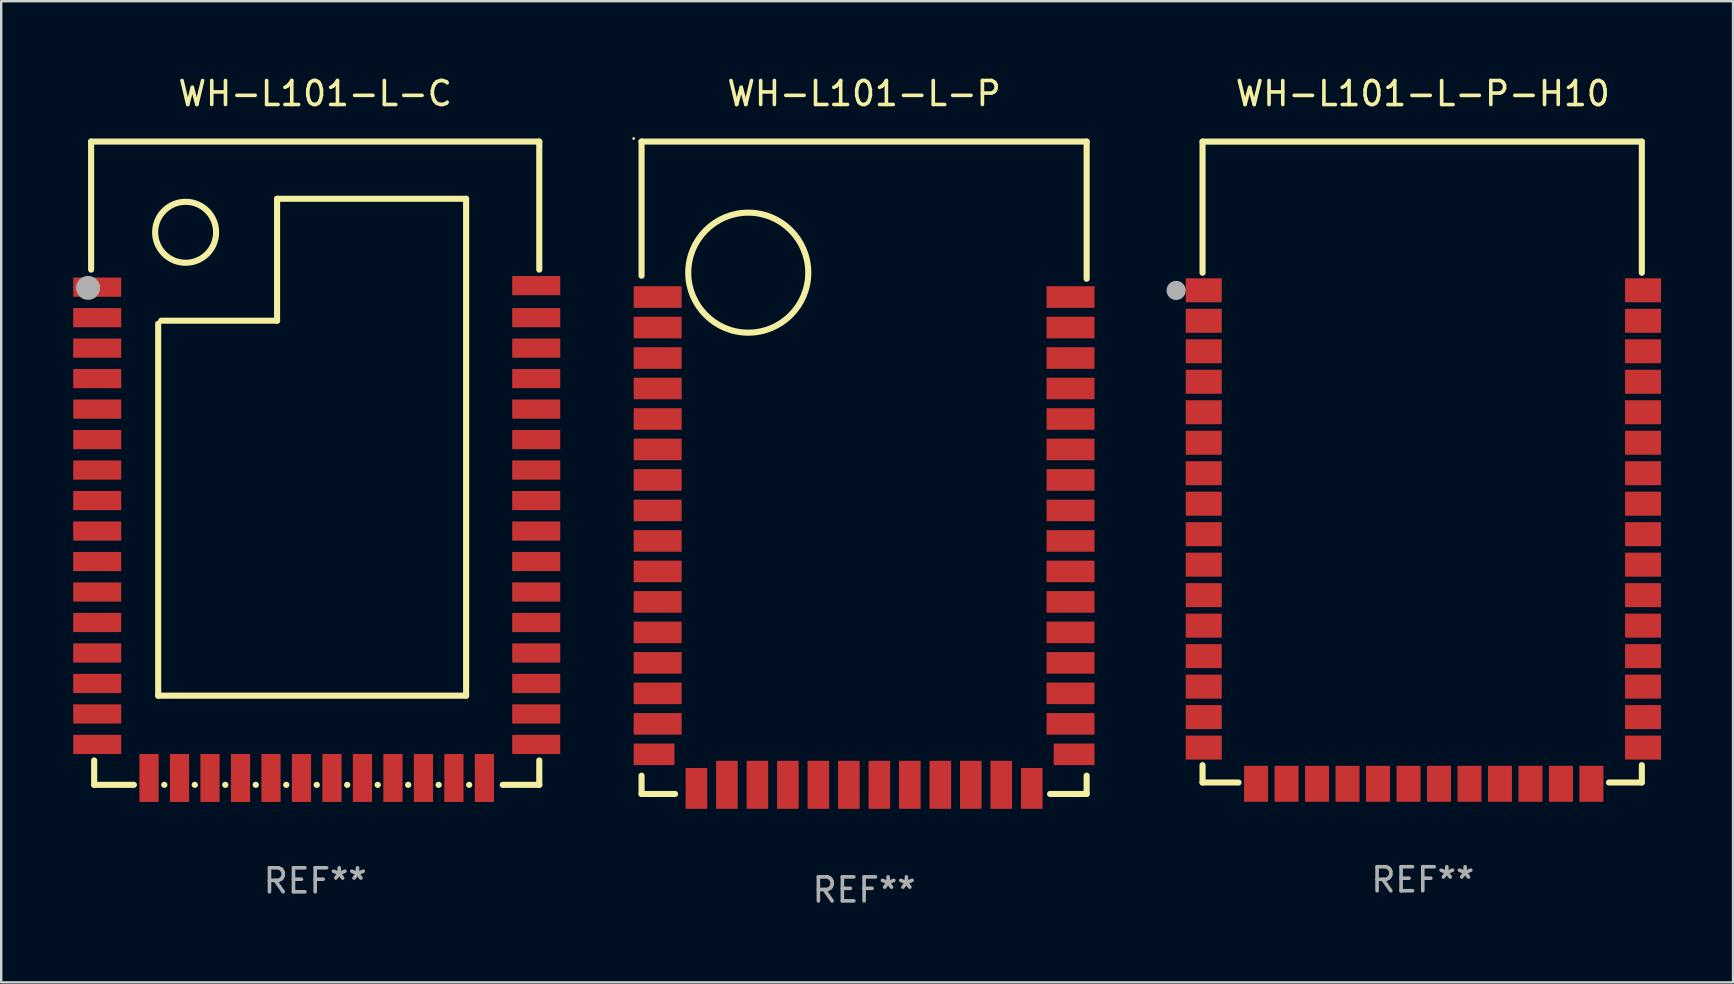
<source format=kicad_pcb>
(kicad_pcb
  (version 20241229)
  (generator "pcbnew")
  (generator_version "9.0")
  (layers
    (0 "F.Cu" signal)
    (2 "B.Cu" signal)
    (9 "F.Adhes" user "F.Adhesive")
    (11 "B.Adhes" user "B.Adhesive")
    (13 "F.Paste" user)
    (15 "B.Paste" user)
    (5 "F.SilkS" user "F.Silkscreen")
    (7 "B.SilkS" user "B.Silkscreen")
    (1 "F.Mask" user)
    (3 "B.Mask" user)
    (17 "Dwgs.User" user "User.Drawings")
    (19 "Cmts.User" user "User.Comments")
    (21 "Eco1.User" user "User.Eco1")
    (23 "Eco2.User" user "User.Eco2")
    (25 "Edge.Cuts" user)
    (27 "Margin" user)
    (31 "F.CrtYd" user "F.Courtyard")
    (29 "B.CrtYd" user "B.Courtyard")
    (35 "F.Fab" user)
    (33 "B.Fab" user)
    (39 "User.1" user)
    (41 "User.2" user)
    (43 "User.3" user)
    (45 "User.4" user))
  (footprint "WH-L101-L-P"
    (layer "F.Cu")
    (at 32.948 16.437)
    (property "Reference" "WH-L101-L-P" (at 0 -15.589 0) (layer "F.SilkS") (effects (font (size 1 1) (thickness 0.15))))
    (attr through_hole)
    (fp_line (start -9.271 -13.589) (end -9.271 -8.001) (stroke (width 0.254) (type solid)) (layer "F.SilkS"))
    (fp_line (start -9.271 -13.589) (end 9.271 -13.589) (stroke (width 0.254) (type solid)) (layer "F.SilkS"))
    (fp_line (start -9.271 12.827) (end -9.271 13.589) (stroke (width 0.254) (type solid)) (layer "F.SilkS"))
    (fp_line (start -9.271 13.589) (end -7.874 13.589) (stroke (width 0.254) (type solid)) (layer "F.SilkS"))
    (fp_line (start 7.747 13.589) (end 9.271 13.589) (stroke (width 0.254) (type solid)) (layer "F.SilkS"))
    (fp_line (start 9.271 -13.589) (end 9.271 -7.874) (stroke (width 0.254) (type solid)) (layer "F.SilkS"))
    (fp_line (start 9.271 13.589) (end 9.271 12.827) (stroke (width 0.254) (type solid)) (layer "F.SilkS"))
    (fp_circle (center -9.6 -13.716) (end -9.57 -13.716) (stroke (width 0.06) (type solid)) (fill no) (layer "F.SilkS"))
    (fp_circle (center -4.826 -8.128) (end -2.326 -8.128) (stroke (width 0.254) (type solid)) (fill no) (layer "F.SilkS"))
    (fp_text user "REF**" (at 0 17.589 0) (layer "F.Fab") (effects (font (size 1 1) (thickness 0.15))))
    (pad "1" smd rect (at -8.6 -7.112) (size 2 0.9) (layers "F.Cu" "F.Mask" "F.Paste"))
    (pad "2" smd rect (at -8.6 -5.842) (size 2 0.9) (layers "F.Cu" "F.Mask" "F.Paste"))
    (pad "3" smd rect (at -8.6 -4.572) (size 2 0.9) (layers "F.Cu" "F.Mask" "F.Paste"))
    (pad "4" smd rect (at -8.6 -3.302) (size 2 0.9) (layers "F.Cu" "F.Mask" "F.Paste"))
    (pad "5" smd rect (at -8.6 -2.032) (size 2 0.9) (layers "F.Cu" "F.Mask" "F.Paste"))
    (pad "6" smd rect (at -8.6 -0.762) (size 2 0.9) (layers "F.Cu" "F.Mask" "F.Paste"))
    (pad "7" smd rect (at -8.6 0.508) (size 2 0.9) (layers "F.Cu" "F.Mask" "F.Paste"))
    (pad "8" smd rect (at -8.6 1.778) (size 2 0.9) (layers "F.Cu" "F.Mask" "F.Paste"))
    (pad "9" smd rect (at -8.6 3.048) (size 2 0.9) (layers "F.Cu" "F.Mask" "F.Paste"))
    (pad "10" smd rect (at -8.6 4.318) (size 2 0.9) (layers "F.Cu" "F.Mask" "F.Paste"))
    (pad "11" smd rect (at -8.6 5.588) (size 2 0.9) (layers "F.Cu" "F.Mask" "F.Paste"))
    (pad "12" smd rect (at -8.6 6.858) (size 2 0.9) (layers "F.Cu" "F.Mask" "F.Paste"))
    (pad "13" smd rect (at -8.6 8.128) (size 2 0.9) (layers "F.Cu" "F.Mask" "F.Paste"))
    (pad "14" smd rect (at -8.6 9.398) (size 2 0.9) (layers "F.Cu" "F.Mask" "F.Paste"))
    (pad "15" smd rect (at -8.6 10.668) (size 2 0.9) (layers "F.Cu" "F.Mask" "F.Paste"))
    (pad "16" smd rect (at -8.75 11.938) (size 1.7 0.9) (layers "F.Cu" "F.Mask" "F.Paste"))
    (pad "17" smd rect (at -6.985 13.358 90) (size 1.7 0.9) (layers "F.Cu" "F.Mask" "F.Paste"))
    (pad "18" smd rect (at -5.715 13.208 90) (size 2 0.9) (layers "F.Cu" "F.Mask" "F.Paste"))
    (pad "19" smd rect (at -4.445 13.208 90) (size 2 0.9) (layers "F.Cu" "F.Mask" "F.Paste"))
    (pad "20" smd rect (at -3.175 13.208 90) (size 2 0.9) (layers "F.Cu" "F.Mask" "F.Paste"))
    (pad "21" smd rect (at -1.905 13.208 90) (size 2 0.9) (layers "F.Cu" "F.Mask" "F.Paste"))
    (pad "22" smd rect (at -0.635 13.208 90) (size 2 0.9) (layers "F.Cu" "F.Mask" "F.Paste"))
    (pad "23" smd rect (at 0.635 13.208 90) (size 2 0.9) (layers "F.Cu" "F.Mask" "F.Paste"))
    (pad "24" smd rect (at 1.905 13.208 90) (size 2 0.9) (layers "F.Cu" "F.Mask" "F.Paste"))
    (pad "25" smd rect (at 3.175 13.208 90) (size 2 0.9) (layers "F.Cu" "F.Mask" "F.Paste"))
    (pad "26" smd rect (at 4.445 13.208 90) (size 2 0.9) (layers "F.Cu" "F.Mask" "F.Paste"))
    (pad "27" smd rect (at 5.715 13.208 90) (size 2 0.9) (layers "F.Cu" "F.Mask" "F.Paste"))
    (pad "28" smd rect (at 6.985 13.358 90) (size 1.7 0.9) (layers "F.Cu" "F.Mask" "F.Paste"))
    (pad "29" smd rect (at 8.75 11.938 180) (size 1.7 0.9) (layers "F.Cu" "F.Mask" "F.Paste"))
    (pad "30" smd rect (at 8.6 10.668 180) (size 2 0.9) (layers "F.Cu" "F.Mask" "F.Paste"))
    (pad "31" smd rect (at 8.6 9.398 180) (size 2 0.9) (layers "F.Cu" "F.Mask" "F.Paste"))
    (pad "32" smd rect (at 8.6 8.128 180) (size 2 0.9) (layers "F.Cu" "F.Mask" "F.Paste"))
    (pad "33" smd rect (at 8.6 6.858 180) (size 2 0.9) (layers "F.Cu" "F.Mask" "F.Paste"))
    (pad "34" smd rect (at 8.6 5.588 180) (size 2 0.9) (layers "F.Cu" "F.Mask" "F.Paste"))
    (pad "35" smd rect (at 8.6 4.318 180) (size 2 0.9) (layers "F.Cu" "F.Mask" "F.Paste"))
    (pad "36" smd rect (at 8.6 3.048 180) (size 2 0.9) (layers "F.Cu" "F.Mask" "F.Paste"))
    (pad "37" smd rect (at 8.6 1.778 180) (size 2 0.9) (layers "F.Cu" "F.Mask" "F.Paste"))
    (pad "38" smd rect (at 8.6 0.508 180) (size 2 0.9) (layers "F.Cu" "F.Mask" "F.Paste"))
    (pad "39" smd rect (at 8.6 -0.762 180) (size 2 0.9) (layers "F.Cu" "F.Mask" "F.Paste"))
    (pad "40" smd rect (at 8.6 -2.032 180) (size 2 0.9) (layers "F.Cu" "F.Mask" "F.Paste"))
    (pad "41" smd rect (at 8.6 -3.302 180) (size 2 0.9) (layers "F.Cu" "F.Mask" "F.Paste"))
    (pad "42" smd rect (at 8.6 -4.572 180) (size 2 0.9) (layers "F.Cu" "F.Mask" "F.Paste"))
    (pad "43" smd rect (at 8.6 -5.842 180) (size 2 0.9) (layers "F.Cu" "F.Mask" "F.Paste"))
    (pad "44" smd rect (at 8.6 -7.112 180) (size 2 0.9) (layers "F.Cu" "F.Mask" "F.Paste")))
  (footprint "WH-L101-L-C"
    (layer "F.Cu")
    (at 10.081 16.247)
    (property "Reference" "WH-L101-L-C" (at 0 -15.399 0) (layer "F.SilkS") (effects (font (size 1 1) (thickness 0.15))))
    (attr through_hole)
    (fp_line (start -9.335 -13.399) (end 9.335 -13.399) (stroke (width 0.254) (type solid)) (layer "F.SilkS"))
    (fp_line (start -9.335 -8.065) (end -9.335 -13.399) (stroke (width 0.254) (type solid)) (layer "F.SilkS"))
    (fp_line (start -9.208 12.383) (end -9.208 13.399) (stroke (width 0.254) (type solid)) (layer "F.SilkS"))
    (fp_line (start -9.208 13.399) (end -7.553 13.399) (stroke (width 0.254) (type solid)) (layer "F.SilkS"))
    (fp_line (start -6.541 9.684) (end -6.541 -5.81) (stroke (width 0.254) (type solid)) (layer "F.SilkS"))
    (fp_line (start -6.414 -5.937) (end -1.588 -5.937) (stroke (width 0.254) (type solid)) (layer "F.SilkS"))
    (fp_line (start -6.29 13.399) (end -6.283 13.399) (stroke (width 0.254) (type solid)) (layer "F.SilkS"))
    (fp_line (start -5.02 13.399) (end -5.013 13.399) (stroke (width 0.254) (type solid)) (layer "F.SilkS"))
    (fp_line (start -3.75 13.399) (end -3.743 13.399) (stroke (width 0.254) (type solid)) (layer "F.SilkS"))
    (fp_line (start -2.48 13.399) (end -2.473 13.399) (stroke (width 0.254) (type solid)) (layer "F.SilkS"))
    (fp_line (start -1.588 -11.017) (end 6.287 -11.017) (stroke (width 0.254) (type solid)) (layer "F.SilkS"))
    (fp_line (start -1.588 -5.937) (end -1.588 -11.017) (stroke (width 0.254) (type solid)) (layer "F.SilkS"))
    (fp_line (start -1.21 13.399) (end -1.203 13.399) (stroke (width 0.254) (type solid)) (layer "F.SilkS"))
    (fp_line (start 0.06 13.399) (end 0.067 13.399) (stroke (width 0.254) (type solid)) (layer "F.SilkS"))
    (fp_line (start 1.33 13.399) (end 1.337 13.399) (stroke (width 0.254) (type solid)) (layer "F.SilkS"))
    (fp_line (start 2.6 13.399) (end 2.607 13.399) (stroke (width 0.254) (type solid)) (layer "F.SilkS"))
    (fp_line (start 3.87 13.399) (end 3.877 13.399) (stroke (width 0.254) (type solid)) (layer "F.SilkS"))
    (fp_line (start 5.14 13.399) (end 5.147 13.399) (stroke (width 0.254) (type solid)) (layer "F.SilkS"))
    (fp_line (start 6.287 -11.017) (end 6.287 9.684) (stroke (width 0.254) (type solid)) (layer "F.SilkS"))
    (fp_line (start 6.287 9.684) (end -6.541 9.684) (stroke (width 0.254) (type solid)) (layer "F.SilkS"))
    (fp_line (start 6.41 13.399) (end 6.417 13.399) (stroke (width 0.254) (type solid)) (layer "F.SilkS"))
    (fp_line (start 7.811 13.399) (end 9.335 13.399) (stroke (width 0.254) (type solid)) (layer "F.SilkS"))
    (fp_line (start 9.335 -13.399) (end 9.335 -8.065) (stroke (width 0.254) (type solid)) (layer "F.SilkS"))
    (fp_line (start 9.335 13.399) (end 9.335 12.383) (stroke (width 0.254) (type solid)) (layer "F.SilkS"))
    (fp_circle (center -9.046 -13.42) (end -9.017 -13.42) (stroke (width 0.06) (type solid)) (fill no) (layer "F.SilkS"))
    (fp_circle (center -5.398 -9.62) (end -4.128 -9.62) (stroke (width 0.254) (type solid)) (fill no) (layer "F.SilkS"))
    (fp_circle (center -9.462 -7.303) (end -9.212 -7.303) (stroke (width 0.5) (type solid)) (fill no) (layer "F.Fab"))
    (fp_text user "WH-L101" (at -1.461 7.779 0) (layer "B.Mask") (effects (font (size 1 1) (thickness 0.15))))
    (fp_text user "REF**" (at 0 17.399 0) (layer "F.Fab") (effects (font (size 1 1) (thickness 0.15))))
    (pad "1" smd rect (at -9.081 -7.334) (size 2 0.8) (layers "F.Cu" "F.Mask" "F.Paste"))
    (pad "2" smd rect (at -9.081 -6.064) (size 2 0.8) (layers "F.Cu" "F.Mask" "F.Paste"))
    (pad "3" smd rect (at -9.081 -4.794) (size 2 0.8) (layers "F.Cu" "F.Mask" "F.Paste"))
    (pad "4" smd rect (at -9.081 -3.524) (size 2 0.8) (layers "F.Cu" "F.Mask" "F.Paste"))
    (pad "5" smd rect (at -9.081 -2.254) (size 2 0.8) (layers "F.Cu" "F.Mask" "F.Paste"))
    (pad "6" smd rect (at -9.081 -0.984) (size 2 0.8) (layers "F.Cu" "F.Mask" "F.Paste"))
    (pad "7" smd rect (at -9.081 0.286) (size 2 0.8) (layers "F.Cu" "F.Mask" "F.Paste"))
    (pad "8" smd rect (at -9.081 1.556) (size 2 0.8) (layers "F.Cu" "F.Mask" "F.Paste"))
    (pad "9" smd rect (at -9.081 2.826) (size 2 0.8) (layers "F.Cu" "F.Mask" "F.Paste"))
    (pad "10" smd rect (at -9.081 4.096) (size 2 0.8) (layers "F.Cu" "F.Mask" "F.Paste"))
    (pad "11" smd rect (at -9.081 5.366) (size 2 0.8) (layers "F.Cu" "F.Mask" "F.Paste"))
    (pad "12" smd rect (at -9.081 6.636) (size 2 0.8) (layers "F.Cu" "F.Mask" "F.Paste"))
    (pad "13" smd rect (at -9.081 7.906) (size 2 0.8) (layers "F.Cu" "F.Mask" "F.Paste"))
    (pad "14" smd rect (at -9.081 9.176) (size 2 0.8) (layers "F.Cu" "F.Mask" "F.Paste"))
    (pad "15" smd rect (at -9.081 10.446) (size 2 0.8) (layers "F.Cu" "F.Mask" "F.Paste"))
    (pad "16" smd rect (at -9.081 11.716) (size 2 0.8) (layers "F.Cu" "F.Mask" "F.Paste"))
    (pad "17" smd rect (at -6.922 13.113) (size 0.8 2) (layers "F.Cu" "F.Mask" "F.Paste"))
    (pad "18" smd rect (at -5.652 13.113) (size 0.8 2) (layers "F.Cu" "F.Mask" "F.Paste"))
    (pad "19" smd rect (at -4.382 13.113) (size 0.8 2) (layers "F.Cu" "F.Mask" "F.Paste"))
    (pad "20" smd rect (at -3.112 13.113) (size 0.8 2) (layers "F.Cu" "F.Mask" "F.Paste"))
    (pad "21" smd rect (at -1.842 13.113) (size 0.8 2) (layers "F.Cu" "F.Mask" "F.Paste"))
    (pad "22" smd rect (at -0.572 13.113) (size 0.8 2) (layers "F.Cu" "F.Mask" "F.Paste"))
    (pad "23" smd rect (at 0.699 13.113) (size 0.8 2) (layers "F.Cu" "F.Mask" "F.Paste"))
    (pad "24" smd rect (at 1.969 13.113) (size 0.8 2) (layers "F.Cu" "F.Mask" "F.Paste"))
    (pad "25" smd rect (at 3.239 13.113) (size 0.8 2) (layers "F.Cu" "F.Mask" "F.Paste"))
    (pad "26" smd rect (at 4.509 13.113) (size 0.8 2) (layers "F.Cu" "F.Mask" "F.Paste"))
    (pad "27" smd rect (at 5.779 13.113) (size 0.8 2) (layers "F.Cu" "F.Mask" "F.Paste"))
    (pad "28" smd rect (at 7.049 13.113) (size 0.8 2) (layers "F.Cu" "F.Mask" "F.Paste"))
    (pad "29" smd rect (at 9.208 11.716) (size 2 0.8) (layers "F.Cu" "F.Mask" "F.Paste"))
    (pad "30" smd rect (at 9.208 10.446) (size 2 0.8) (layers "F.Cu" "F.Mask" "F.Paste"))
    (pad "31" smd rect (at 9.208 9.176) (size 2 0.8) (layers "F.Cu" "F.Mask" "F.Paste"))
    (pad "32" smd rect (at 9.208 7.906) (size 2 0.8) (layers "F.Cu" "F.Mask" "F.Paste"))
    (pad "33" smd rect (at 9.208 6.636) (size 2 0.8) (layers "F.Cu" "F.Mask" "F.Paste"))
    (pad "34" smd rect (at 9.208 5.366) (size 2 0.8) (layers "F.Cu" "F.Mask" "F.Paste"))
    (pad "35" smd rect (at 9.208 4.096) (size 2 0.8) (layers "F.Cu" "F.Mask" "F.Paste"))
    (pad "36" smd rect (at 9.208 2.826) (size 2 0.8) (layers "F.Cu" "F.Mask" "F.Paste"))
    (pad "37" smd rect (at 9.208 1.556) (size 2 0.8) (layers "F.Cu" "F.Mask" "F.Paste"))
    (pad "38" smd rect (at 9.208 0.286) (size 2 0.8) (layers "F.Cu" "F.Mask" "F.Paste"))
    (pad "39" smd rect (at 9.208 -0.984) (size 2 0.8) (layers "F.Cu" "F.Mask" "F.Paste"))
    (pad "40" smd rect (at 9.208 -2.254) (size 2 0.8) (layers "F.Cu" "F.Mask" "F.Paste"))
    (pad "41" smd rect (at 9.208 -3.524) (size 2 0.8) (layers "F.Cu" "F.Mask" "F.Paste"))
    (pad "42" smd rect (at 9.208 -4.794) (size 2 0.8) (layers "F.Cu" "F.Mask" "F.Paste"))
    (pad "43" smd rect (at 9.208 -6.064) (size 2 0.8) (layers "F.Cu" "F.Mask" "F.Paste"))
    (pad "44" smd rect (at 9.208 -7.398) (size 2 0.8) (layers "F.Cu" "F.Mask" "F.Paste")))
  (footprint "WH-L101-L-P-H10"
    (layer "F.Cu")
    (at 56.223 16.226)
    (property "Reference" "WH-L101-L-P-H10" (at 0 -15.377 0) (layer "F.SilkS") (effects (font (size 1 1) (thickness 0.15))))
    (attr through_hole)
    (fp_line (start -9.175 -13.377) (end -9.175 -7.913) (stroke (width 0.254) (type solid)) (layer "F.SilkS"))
    (fp_line (start -9.175 12.599) (end -9.175 13.323) (stroke (width 0.254) (type solid)) (layer "F.SilkS"))
    (fp_line (start -9.175 13.323) (end -7.676 13.323) (stroke (width 0.254) (type solid)) (layer "F.SilkS"))
    (fp_line (start 7.756 13.323) (end 9.125 13.323) (stroke (width 0.254) (type solid)) (layer "F.SilkS"))
    (fp_line (start 9.125 -13.377) (end -9.175 -13.377) (stroke (width 0.254) (type solid)) (layer "F.SilkS"))
    (fp_line (start 9.125 -7.913) (end 9.125 -13.377) (stroke (width 0.254) (type solid)) (layer "F.SilkS"))
    (fp_line (start 9.125 13.323) (end 9.125 12.599) (stroke (width 0.254) (type solid)) (layer "F.SilkS"))
    (fp_circle (center -9.075 -13.323) (end -9.045 -13.323) (stroke (width 0.06) (type solid)) (fill no) (layer "F.SilkS"))
    (fp_circle (center -10.275 -7.177) (end -10.075 -7.177) (stroke (width 0.4) (type solid)) (fill no) (layer "F.Fab"))
    (fp_text user "REF**" (at 0 17.377 0) (layer "F.Fab") (effects (font (size 1 1) (thickness 0.15))))
    (pad "1" smd rect (at -9.125 -7.182) (size 1.5 1) (layers "F.Cu" "F.Mask" "F.Paste"))
    (pad "2" smd rect (at -9.125 -5.912) (size 1.5 1) (layers "F.Cu" "F.Mask" "F.Paste"))
    (pad "3" smd rect (at -9.125 -4.642) (size 1.5 1) (layers "F.Cu" "F.Mask" "F.Paste"))
    (pad "4" smd rect (at -9.125 -3.372) (size 1.5 1) (layers "F.Cu" "F.Mask" "F.Paste"))
    (pad "5" smd rect (at -9.125 -2.102) (size 1.5 1) (layers "F.Cu" "F.Mask" "F.Paste"))
    (pad "6" smd rect (at -9.125 -0.832) (size 1.5 1) (layers "F.Cu" "F.Mask" "F.Paste"))
    (pad "7" smd rect (at -9.125 0.438) (size 1.5 1) (layers "F.Cu" "F.Mask" "F.Paste"))
    (pad "8" smd rect (at -9.125 1.708) (size 1.5 1) (layers "F.Cu" "F.Mask" "F.Paste"))
    (pad "9" smd rect (at -9.125 2.978) (size 1.5 1) (layers "F.Cu" "F.Mask" "F.Paste"))
    (pad "10" smd rect (at -9.125 4.248) (size 1.5 1) (layers "F.Cu" "F.Mask" "F.Paste"))
    (pad "11" smd rect (at -9.125 5.518) (size 1.5 1) (layers "F.Cu" "F.Mask" "F.Paste"))
    (pad "12" smd rect (at -9.125 6.788) (size 1.5 1) (layers "F.Cu" "F.Mask" "F.Paste"))
    (pad "13" smd rect (at -9.125 8.058) (size 1.5 1) (layers "F.Cu" "F.Mask" "F.Paste"))
    (pad "14" smd rect (at -9.125 9.328) (size 1.5 1) (layers "F.Cu" "F.Mask" "F.Paste"))
    (pad "15" smd rect (at -9.125 10.598) (size 1.5 1) (layers "F.Cu" "F.Mask" "F.Paste"))
    (pad "16" smd rect (at -9.125 11.868) (size 1.5 1) (layers "F.Cu" "F.Mask" "F.Paste"))
    (pad "17" smd rect (at -6.945 13.377) (size 1 1.5) (layers "F.Cu" "F.Mask" "F.Paste"))
    (pad "18" smd rect (at -5.675 13.377) (size 1 1.5) (layers "F.Cu" "F.Mask" "F.Paste"))
    (pad "19" smd rect (at -4.405 13.377) (size 1 1.5) (layers "F.Cu" "F.Mask" "F.Paste"))
    (pad "20" smd rect (at -3.135 13.377) (size 1 1.5) (layers "F.Cu" "F.Mask" "F.Paste"))
    (pad "21" smd rect (at -1.865 13.377) (size 1 1.5) (layers "F.Cu" "F.Mask" "F.Paste"))
    (pad "22" smd rect (at -0.595 13.377) (size 1 1.5) (layers "F.Cu" "F.Mask" "F.Paste"))
    (pad "23" smd rect (at 0.675 13.377) (size 1 1.5) (layers "F.Cu" "F.Mask" "F.Paste"))
    (pad "24" smd rect (at 1.945 13.377) (size 1 1.5) (layers "F.Cu" "F.Mask" "F.Paste"))
    (pad "25" smd rect (at 3.215 13.377) (size 1 1.5) (layers "F.Cu" "F.Mask" "F.Paste"))
    (pad "26" smd rect (at 4.485 13.377) (size 1 1.5) (layers "F.Cu" "F.Mask" "F.Paste"))
    (pad "27" smd rect (at 5.755 13.377) (size 1 1.5) (layers "F.Cu" "F.Mask" "F.Paste"))
    (pad "28" smd rect (at 7.025 13.377) (size 1 1.5) (layers "F.Cu" "F.Mask" "F.Paste"))
    (pad "29" smd rect (at 9.175 11.868) (size 1.5 1) (layers "F.Cu" "F.Mask" "F.Paste"))
    (pad "30" smd rect (at 9.175 10.598) (size 1.5 1) (layers "F.Cu" "F.Mask" "F.Paste"))
    (pad "31" smd rect (at 9.175 9.328) (size 1.5 1) (layers "F.Cu" "F.Mask" "F.Paste"))
    (pad "32" smd rect (at 9.175 8.058) (size 1.5 1) (layers "F.Cu" "F.Mask" "F.Paste"))
    (pad "33" smd rect (at 9.175 6.788) (size 1.5 1) (layers "F.Cu" "F.Mask" "F.Paste"))
    (pad "34" smd rect (at 9.175 5.518) (size 1.5 1) (layers "F.Cu" "F.Mask" "F.Paste"))
    (pad "35" smd rect (at 9.175 4.248) (size 1.5 1) (layers "F.Cu" "F.Mask" "F.Paste"))
    (pad "36" smd rect (at 9.175 2.978) (size 1.5 1) (layers "F.Cu" "F.Mask" "F.Paste"))
    (pad "37" smd rect (at 9.175 1.708) (size 1.5 1) (layers "F.Cu" "F.Mask" "F.Paste"))
    (pad "38" smd rect (at 9.175 0.438) (size 1.5 1) (layers "F.Cu" "F.Mask" "F.Paste"))
    (pad "39" smd rect (at 9.175 -0.832) (size 1.5 1) (layers "F.Cu" "F.Mask" "F.Paste"))
    (pad "40" smd rect (at 9.175 -2.102) (size 1.5 1) (layers "F.Cu" "F.Mask" "F.Paste"))
    (pad "41" smd rect (at 9.175 -3.372) (size 1.5 1) (layers "F.Cu" "F.Mask" "F.Paste"))
    (pad "42" smd rect (at 9.175 -4.642) (size 1.5 1) (layers "F.Cu" "F.Mask" "F.Paste"))
    (pad "43" smd rect (at 9.175 -5.912) (size 1.5 1) (layers "F.Cu" "F.Mask" "F.Paste"))
    (pad "44" smd rect (at 9.175 -7.182) (size 1.5 1) (layers "F.Cu" "F.Mask" "F.Paste")))
  (gr_rect
    (start -3 -3)
    (end 69.148 37.875)
    (stroke (width 0.1) (type default))
    (fill no)
    (layer "Edge.Cuts")))
</source>
